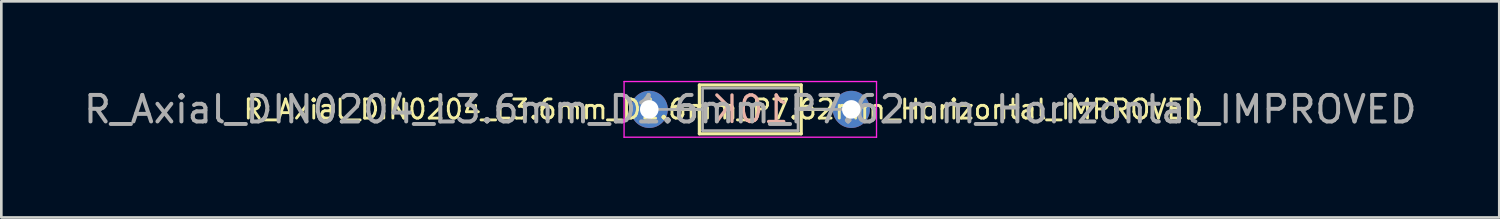
<source format=kicad_pcb>
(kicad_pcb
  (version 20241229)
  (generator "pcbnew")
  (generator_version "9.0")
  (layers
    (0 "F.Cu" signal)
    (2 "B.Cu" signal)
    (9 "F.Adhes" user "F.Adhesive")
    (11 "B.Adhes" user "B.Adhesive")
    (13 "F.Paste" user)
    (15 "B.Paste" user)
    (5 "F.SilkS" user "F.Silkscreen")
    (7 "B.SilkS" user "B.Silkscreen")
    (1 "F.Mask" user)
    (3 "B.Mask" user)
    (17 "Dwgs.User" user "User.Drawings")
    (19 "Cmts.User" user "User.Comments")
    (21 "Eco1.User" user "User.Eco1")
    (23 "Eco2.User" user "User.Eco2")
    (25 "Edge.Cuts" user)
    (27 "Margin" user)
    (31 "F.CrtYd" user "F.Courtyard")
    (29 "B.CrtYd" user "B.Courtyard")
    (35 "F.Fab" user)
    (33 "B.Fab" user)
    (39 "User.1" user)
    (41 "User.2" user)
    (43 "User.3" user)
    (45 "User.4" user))
  (footprint "R_Axial_DIN0204_L3.6mm_D1.6mm_P7.62mm_Horizontal_IMPROVED"
    (layer "F.Cu")
    (at 21.434 1.075)
    (property "Reference" "R_Axial_DIN0204_L3.6mm_D1.6mm_P7.62mm_Horizontal_IMPROVED" (at 3.81 0 0) (layer "F.Fab") (effects (font (size 1 1) (thickness 0.15))))
    (attr through_hole)
    (fp_line (start 0.94 0) (end 1.89 0) (stroke (width 0.12) (type solid)) (layer "F.SilkS"))
    (fp_line (start 1.89 -0.92) (end 1.89 0.92) (stroke (width 0.12) (type solid)) (layer "F.SilkS"))
    (fp_line (start 1.89 0.92) (end 5.73 0.92) (stroke (width 0.12) (type solid)) (layer "F.SilkS"))
    (fp_line (start 5.73 -0.92) (end 1.89 -0.92) (stroke (width 0.12) (type solid)) (layer "F.SilkS"))
    (fp_line (start 5.73 0.92) (end 5.73 -0.92) (stroke (width 0.12) (type solid)) (layer "F.SilkS"))
    (fp_line (start 6.68 0) (end 5.73 0) (stroke (width 0.12) (type solid)) (layer "F.SilkS"))
    (fp_line (start -0.95 -1.05) (end -0.95 1.05) (stroke (width 0.05) (type solid)) (layer "F.CrtYd"))
    (fp_line (start -0.95 1.05) (end 8.57 1.05) (stroke (width 0.05) (type solid)) (layer "F.CrtYd"))
    (fp_line (start 8.57 -1.05) (end -0.95 -1.05) (stroke (width 0.05) (type solid)) (layer "F.CrtYd"))
    (fp_line (start 8.57 1.05) (end 8.57 -1.05) (stroke (width 0.05) (type solid)) (layer "F.CrtYd"))
    (fp_line (start 0 0) (end 2.01 0) (stroke (width 0.1) (type solid)) (layer "F.Fab"))
    (fp_line (start 2.01 -0.8) (end 2.01 0.8) (stroke (width 0.1) (type solid)) (layer "F.Fab"))
    (fp_line (start 2.01 0.8) (end 5.61 0.8) (stroke (width 0.1) (type solid)) (layer "F.Fab"))
    (fp_line (start 5.61 -0.8) (end 2.01 -0.8) (stroke (width 0.1) (type solid)) (layer "F.Fab"))
    (fp_line (start 5.61 0.8) (end 5.61 -0.8) (stroke (width 0.1) (type solid)) (layer "F.Fab"))
    (fp_line (start 7.62 0) (end 5.61 0) (stroke (width 0.1) (type solid)) (layer "F.Fab"))
    (fp_text user "${REFERENCE}" (at 2.794 0 0) (layer "F.SilkS") (effects (font (size 0.72 0.72) (thickness 0.108))))
    (fp_text user "10K" (at 3.81 0 0) (layer "B.SilkS") (effects (font (size 1 1) (thickness 0.125)) (justify mirror)))
    (pad "1" thru_hole circle (at 0 0) (size 1.4 1.4) (drill 0.7) (layers "*.Cu" "*.Mask"))
    (pad "2" thru_hole oval (at 7.62 0) (size 1.4 1.4) (drill 0.7) (layers "*.Cu" "*.Mask")))
  (gr_rect
    (start -3 -3)
    (end 53.488 5.15)
    (stroke (width 0.1) (type default))
    (fill no)
    (layer "Edge.Cuts")))
</source>
